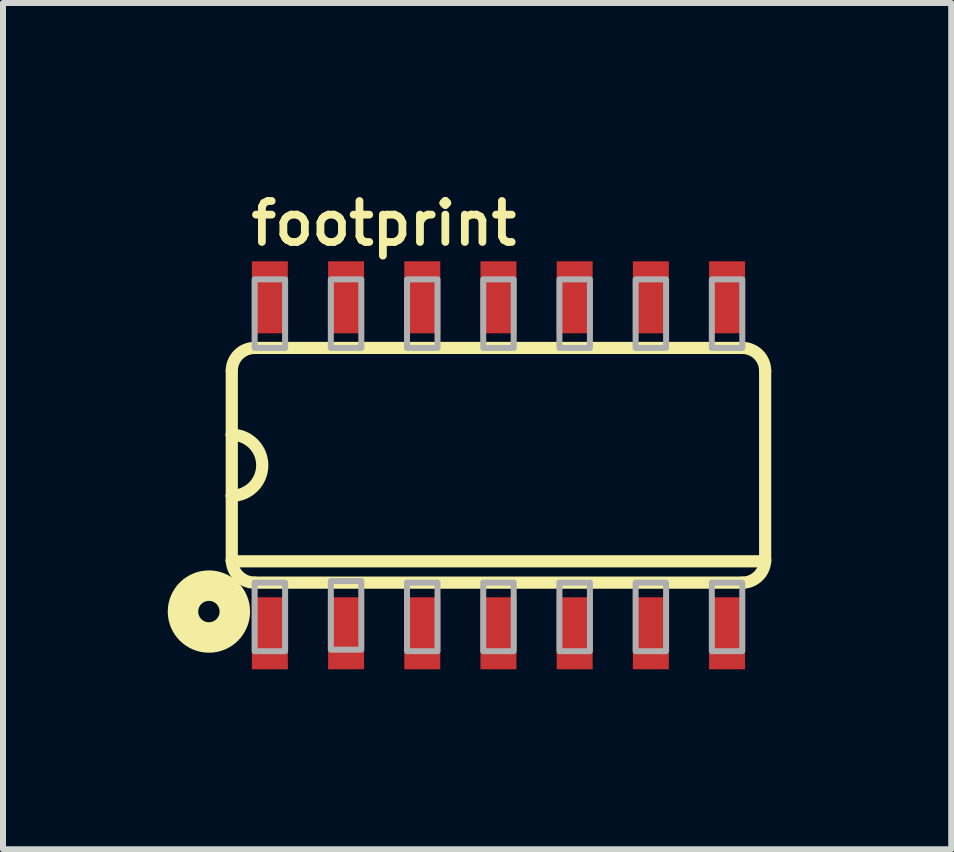
<source format=kicad_pcb>
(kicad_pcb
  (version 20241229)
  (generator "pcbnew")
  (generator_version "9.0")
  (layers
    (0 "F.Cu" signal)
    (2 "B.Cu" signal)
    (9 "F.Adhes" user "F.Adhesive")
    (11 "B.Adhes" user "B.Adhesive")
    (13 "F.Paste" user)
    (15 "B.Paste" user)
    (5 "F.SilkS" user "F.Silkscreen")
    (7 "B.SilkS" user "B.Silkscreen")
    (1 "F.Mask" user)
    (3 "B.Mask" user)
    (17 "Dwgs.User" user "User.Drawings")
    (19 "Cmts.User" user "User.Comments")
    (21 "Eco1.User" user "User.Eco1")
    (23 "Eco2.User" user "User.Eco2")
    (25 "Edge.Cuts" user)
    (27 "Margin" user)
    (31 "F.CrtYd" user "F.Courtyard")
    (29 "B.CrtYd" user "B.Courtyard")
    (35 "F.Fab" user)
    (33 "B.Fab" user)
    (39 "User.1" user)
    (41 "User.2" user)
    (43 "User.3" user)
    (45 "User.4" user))
  (footprint "footprint"
    (layer "F.Cu")
    (at 4.623 4.705)
    (property "Reference" "footprint" (at -3.556 -3.632 0) (layer "F.SilkS") (effects (font (size 0.683 0.683) (thickness 0.13)) (justify left bottom)))
    (fp_line (start -3.81 -1.575) (end -3.81 -0.508) (stroke (width 0.203) (type solid)) (layer "F.SilkS"))
    (fp_line (start -3.81 -0.508) (end -3.81 0.508) (stroke (width 0.203) (type solid)) (layer "F.SilkS"))
    (fp_line (start -3.81 0.508) (end -3.81 1.575) (stroke (width 0.203) (type solid)) (layer "F.SilkS"))
    (fp_line (start -3.81 1.6) (end 5.08 1.6) (stroke (width 0.203) (type solid)) (layer "F.SilkS"))
    (fp_line (start -3.429 1.956) (end 4.699 1.956) (stroke (width 0.203) (type solid)) (layer "F.SilkS"))
    (fp_line (start 4.699 -1.956) (end -3.429 -1.956) (stroke (width 0.203) (type solid)) (layer "F.SilkS"))
    (fp_line (start 5.08 1.575) (end 5.08 -1.575) (stroke (width 0.203) (type solid)) (layer "F.SilkS"))
    (fp_arc (start -3.81 -1.5748) (mid -3.698408 -1.844208) (end -3.429 -1.9558) (stroke (width 0.2032) (type solid)) (layer "F.SilkS"))
    (fp_arc (start -3.81 -0.508) (mid -3.302 0) (end -3.81 0.508) (stroke (width 0.2032) (type solid)) (layer "F.SilkS"))
    (fp_arc (start -3.429 1.9558) (mid -3.698408 1.844208) (end -3.81 1.5748) (stroke (width 0.2032) (type solid)) (layer "F.SilkS"))
    (fp_arc (start 4.699 -1.9558) (mid 4.968408 -1.844208) (end 5.08 -1.5748) (stroke (width 0.2032) (type solid)) (layer "F.SilkS"))
    (fp_arc (start 5.08 1.5748) (mid 4.968408 1.844208) (end 4.699 1.9558) (stroke (width 0.2032) (type solid)) (layer "F.SilkS"))
    (fp_circle (center -4.191 2.438) (end -4.013 2.438) (stroke (width 0.508) (type solid)) (fill no) (layer "F.SilkS"))
    (fp_poly (pts (xy -3.429 -1.956) (xy -2.921 -1.956) (xy -2.921 -3.099) (xy -3.429 -3.099)) (stroke (width 0.1) (type solid)) (fill no) (layer "F.Fab"))
    (fp_poly (pts (xy -3.429 3.099) (xy -2.921 3.099) (xy -2.921 1.956) (xy -3.429 1.956)) (stroke (width 0.1) (type solid)) (fill no) (layer "F.Fab"))
    (fp_poly (pts (xy -2.159 -1.956) (xy -1.651 -1.956) (xy -1.651 -3.099) (xy -2.159 -3.099)) (stroke (width 0.1) (type solid)) (fill no) (layer "F.Fab"))
    (fp_poly (pts (xy -2.159 3.073) (xy -1.651 3.073) (xy -1.651 1.93) (xy -2.159 1.93)) (stroke (width 0.1) (type solid)) (fill no) (layer "F.Fab"))
    (fp_poly (pts (xy -0.889 -1.956) (xy -0.381 -1.956) (xy -0.381 -3.099) (xy -0.889 -3.099)) (stroke (width 0.1) (type solid)) (fill no) (layer "F.Fab"))
    (fp_poly (pts (xy -0.889 3.099) (xy -0.381 3.099) (xy -0.381 1.956) (xy -0.889 1.956)) (stroke (width 0.1) (type solid)) (fill no) (layer "F.Fab"))
    (fp_poly (pts (xy 0.381 -1.956) (xy 0.889 -1.956) (xy 0.889 -3.099) (xy 0.381 -3.099)) (stroke (width 0.1) (type solid)) (fill no) (layer "F.Fab"))
    (fp_poly (pts (xy 0.381 3.099) (xy 0.889 3.099) (xy 0.889 1.956) (xy 0.381 1.956)) (stroke (width 0.1) (type solid)) (fill no) (layer "F.Fab"))
    (fp_poly (pts (xy 1.651 -1.956) (xy 2.159 -1.956) (xy 2.159 -3.099) (xy 1.651 -3.099)) (stroke (width 0.1) (type solid)) (fill no) (layer "F.Fab"))
    (fp_poly (pts (xy 1.651 3.099) (xy 2.159 3.099) (xy 2.159 1.956) (xy 1.651 1.956)) (stroke (width 0.1) (type solid)) (fill no) (layer "F.Fab"))
    (fp_poly (pts (xy 2.921 -1.956) (xy 3.429 -1.956) (xy 3.429 -3.099) (xy 2.921 -3.099)) (stroke (width 0.1) (type solid)) (fill no) (layer "F.Fab"))
    (fp_poly (pts (xy 2.921 3.099) (xy 3.429 3.099) (xy 3.429 1.956) (xy 2.921 1.956)) (stroke (width 0.1) (type solid)) (fill no) (layer "F.Fab"))
    (fp_poly (pts (xy 4.191 -1.956) (xy 4.699 -1.956) (xy 4.699 -3.099) (xy 4.191 -3.099)) (stroke (width 0.1) (type solid)) (fill no) (layer "F.Fab"))
    (fp_poly (pts (xy 4.191 3.099) (xy 4.699 3.099) (xy 4.699 1.956) (xy 4.191 1.956)) (stroke (width 0.1) (type solid)) (fill no) (layer "F.Fab"))
    (pad "1" smd rect (at -3.175 2.8) (size 0.6 1.2) (layers "F.Cu" "F.Mask" "F.Paste"))
    (pad "2" smd rect (at -1.905 2.8) (size 0.6 1.2) (layers "F.Cu" "F.Mask" "F.Paste"))
    (pad "3" smd rect (at -0.635 2.8) (size 0.6 1.2) (layers "F.Cu" "F.Mask" "F.Paste"))
    (pad "4" smd rect (at 0.635 2.8) (size 0.6 1.2) (layers "F.Cu" "F.Mask" "F.Paste"))
    (pad "5" smd rect (at 1.905 2.8) (size 0.6 1.2) (layers "F.Cu" "F.Mask" "F.Paste"))
    (pad "6" smd rect (at 3.175 2.8) (size 0.6 1.2) (layers "F.Cu" "F.Mask" "F.Paste"))
    (pad "7" smd rect (at 4.445 2.8) (size 0.6 1.2) (layers "F.Cu" "F.Mask" "F.Paste"))
    (pad "8" smd rect (at 4.445 -2.8) (size 0.6 1.2) (layers "F.Cu" "F.Mask" "F.Paste"))
    (pad "9" smd rect (at 3.175 -2.8) (size 0.6 1.2) (layers "F.Cu" "F.Mask" "F.Paste"))
    (pad "10" smd rect (at 1.905 -2.8) (size 0.6 1.2) (layers "F.Cu" "F.Mask" "F.Paste"))
    (pad "11" smd rect (at 0.635 -2.8) (size 0.6 1.2) (layers "F.Cu" "F.Mask" "F.Paste"))
    (pad "12" smd rect (at -0.635 -2.8) (size 0.6 1.2) (layers "F.Cu" "F.Mask" "F.Paste"))
    (pad "13" smd rect (at -1.905 -2.8) (size 0.6 1.2) (layers "F.Cu" "F.Mask" "F.Paste"))
    (pad "14" smd rect (at -3.175 -2.8) (size 0.6 1.2) (layers "F.Cu" "F.Mask" "F.Paste")))
  (gr_rect
    (start -3 -3)
    (end 12.804 11.105)
    (stroke (width 0.1) (type default))
    (fill no)
    (layer "Edge.Cuts")))
</source>
